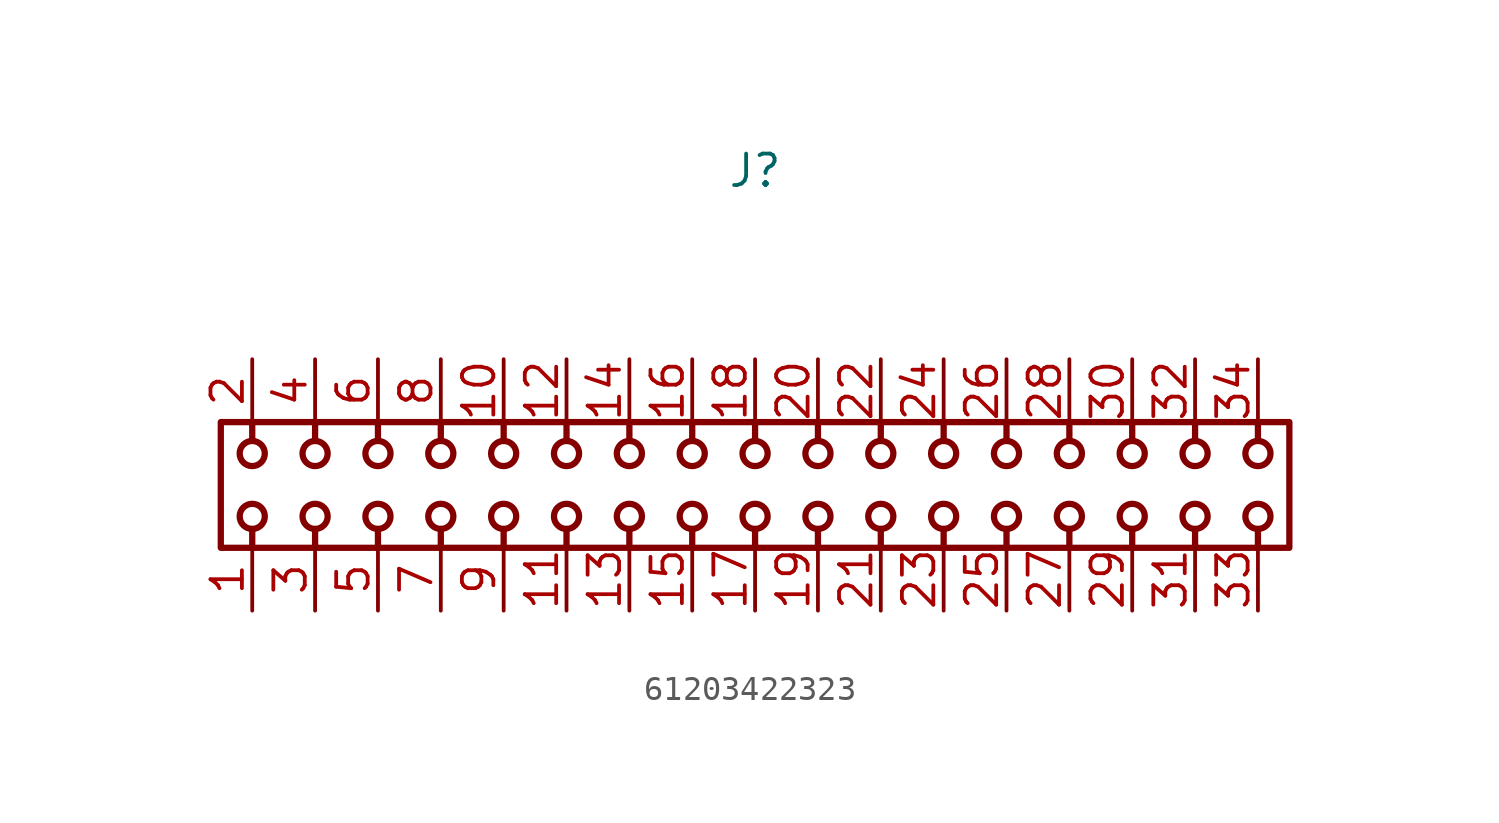
<source format=kicad_sym>
(kicad_symbol_lib
  (version 20241209)
  (generator "kicad_symbol_editor")
  (generator_version "9.0")
  (symbol "61203422323"
    (pin_names
      (hide yes))
    (property "Reference" "J"
      (at 0 12.7 0)
      (effects (font (size 1.27 1.27))))
    (symbol "61203422323_1_1"
      (rectangle (start -21.59 2.54) (end 21.59 -2.54) (stroke (width 0.254) (type solid)) (fill (type none)))
      (polyline (pts (xy -20.32 1.778) (xy -20.32 2.54)) (stroke (width 0.254) (type solid)) (fill (type none)))
      (circle (center -20.32 1.27) (radius 0.508) (stroke (width 0.254) (type solid)) (fill (type none)))
      (circle (center -20.32 -1.27) (radius 0.508) (stroke (width 0.254) (type solid)) (fill (type none)))
      (polyline (pts (xy -20.32 -1.778) (xy -20.32 -2.54)) (stroke (width 0.254) (type solid)) (fill (type none)))
      (polyline (pts (xy -17.78 1.778) (xy -17.78 2.54)) (stroke (width 0.254) (type solid)) (fill (type none)))
      (circle (center -17.78 1.27) (radius 0.508) (stroke (width 0.254) (type solid)) (fill (type none)))
      (circle (center -17.78 -1.27) (radius 0.508) (stroke (width 0.254) (type solid)) (fill (type none)))
      (polyline (pts (xy -17.78 -1.778) (xy -17.78 -2.54)) (stroke (width 0.254) (type solid)) (fill (type none)))
      (polyline (pts (xy -15.24 1.778) (xy -15.24 2.54)) (stroke (width 0.254) (type solid)) (fill (type none)))
      (circle (center -15.24 1.27) (radius 0.508) (stroke (width 0.254) (type solid)) (fill (type none)))
      (circle (center -15.24 -1.27) (radius 0.508) (stroke (width 0.254) (type solid)) (fill (type none)))
      (polyline (pts (xy -15.24 -1.778) (xy -15.24 -2.54)) (stroke (width 0.254) (type solid)) (fill (type none)))
      (polyline (pts (xy -12.7 1.778) (xy -12.7 2.54)) (stroke (width 0.254) (type solid)) (fill (type none)))
      (circle (center -12.7 1.27) (radius 0.508) (stroke (width 0.254) (type solid)) (fill (type none)))
      (circle (center -12.7 -1.27) (radius 0.508) (stroke (width 0.254) (type solid)) (fill (type none)))
      (polyline (pts (xy -12.7 -1.778) (xy -12.7 -2.54)) (stroke (width 0.254) (type solid)) (fill (type none)))
      (polyline (pts (xy -10.16 1.778) (xy -10.16 2.54)) (stroke (width 0.254) (type solid)) (fill (type none)))
      (circle (center -10.16 1.27) (radius 0.508) (stroke (width 0.254) (type solid)) (fill (type none)))
      (circle (center -10.16 -1.27) (radius 0.508) (stroke (width 0.254) (type solid)) (fill (type none)))
      (polyline (pts (xy -10.16 -1.778) (xy -10.16 -2.54)) (stroke (width 0.254) (type solid)) (fill (type none)))
      (polyline (pts (xy -7.62 1.778) (xy -7.62 2.54)) (stroke (width 0.254) (type solid)) (fill (type none)))
      (circle (center -7.62 1.27) (radius 0.508) (stroke (width 0.254) (type solid)) (fill (type none)))
      (circle (center -7.62 -1.27) (radius 0.508) (stroke (width 0.254) (type solid)) (fill (type none)))
      (polyline (pts (xy -7.62 -1.778) (xy -7.62 -2.54)) (stroke (width 0.254) (type solid)) (fill (type none)))
      (polyline (pts (xy -5.08 1.778) (xy -5.08 2.54)) (stroke (width 0.254) (type solid)) (fill (type none)))
      (circle (center -5.08 1.27) (radius 0.508) (stroke (width 0.254) (type solid)) (fill (type none)))
      (circle (center -5.08 -1.27) (radius 0.508) (stroke (width 0.254) (type solid)) (fill (type none)))
      (polyline (pts (xy -5.08 -1.778) (xy -5.08 -2.54)) (stroke (width 0.254) (type solid)) (fill (type none)))
      (polyline (pts (xy -2.54 1.778) (xy -2.54 2.54)) (stroke (width 0.254) (type solid)) (fill (type none)))
      (circle (center -2.54 1.27) (radius 0.508) (stroke (width 0.254) (type solid)) (fill (type none)))
      (circle (center -2.54 -1.27) (radius 0.508) (stroke (width 0.254) (type solid)) (fill (type none)))
      (polyline (pts (xy -2.54 -1.778) (xy -2.54 -2.54)) (stroke (width 0.254) (type solid)) (fill (type none)))
      (polyline (pts (xy 0 1.778) (xy 0 2.54)) (stroke (width 0.254) (type solid)) (fill (type none)))
      (circle (center 0 1.27) (radius 0.508) (stroke (width 0.254) (type solid)) (fill (type none)))
      (circle (center 0 -1.27) (radius 0.508) (stroke (width 0.254) (type solid)) (fill (type none)))
      (polyline (pts (xy 0 -1.778) (xy 0 -2.54)) (stroke (width 0.254) (type solid)) (fill (type none)))
      (polyline (pts (xy 2.54 1.778) (xy 2.54 2.54)) (stroke (width 0.254) (type solid)) (fill (type none)))
      (circle (center 2.54 1.27) (radius 0.508) (stroke (width 0.254) (type solid)) (fill (type none)))
      (circle (center 2.54 -1.27) (radius 0.508) (stroke (width 0.254) (type solid)) (fill (type none)))
      (polyline (pts (xy 2.54 -1.778) (xy 2.54 -2.54)) (stroke (width 0.254) (type solid)) (fill (type none)))
      (polyline (pts (xy 5.08 1.778) (xy 5.08 2.54)) (stroke (width 0.254) (type solid)) (fill (type none)))
      (circle (center 5.08 1.27) (radius 0.508) (stroke (width 0.254) (type solid)) (fill (type none)))
      (circle (center 5.08 -1.27) (radius 0.508) (stroke (width 0.254) (type solid)) (fill (type none)))
      (polyline (pts (xy 5.08 -1.778) (xy 5.08 -2.54)) (stroke (width 0.254) (type solid)) (fill (type none)))
      (polyline (pts (xy 7.62 1.778) (xy 7.62 2.54)) (stroke (width 0.254) (type solid)) (fill (type none)))
      (circle (center 7.62 1.27) (radius 0.508) (stroke (width 0.254) (type solid)) (fill (type none)))
      (circle (center 7.62 -1.27) (radius 0.508) (stroke (width 0.254) (type solid)) (fill (type none)))
      (polyline (pts (xy 7.62 -1.778) (xy 7.62 -2.54)) (stroke (width 0.254) (type solid)) (fill (type none)))
      (polyline (pts (xy 10.16 1.778) (xy 10.16 2.54)) (stroke (width 0.254) (type solid)) (fill (type none)))
      (circle (center 10.16 1.27) (radius 0.508) (stroke (width 0.254) (type solid)) (fill (type none)))
      (circle (center 10.16 -1.27) (radius 0.508) (stroke (width 0.254) (type solid)) (fill (type none)))
      (polyline (pts (xy 10.16 -1.778) (xy 10.16 -2.54)) (stroke (width 0.254) (type solid)) (fill (type none)))
      (polyline (pts (xy 12.7 1.778) (xy 12.7 2.54)) (stroke (width 0.254) (type solid)) (fill (type none)))
      (circle (center 12.7 1.27) (radius 0.508) (stroke (width 0.254) (type solid)) (fill (type none)))
      (circle (center 12.7 -1.27) (radius 0.508) (stroke (width 0.254) (type solid)) (fill (type none)))
      (polyline (pts (xy 12.7 -1.778) (xy 12.7 -2.54)) (stroke (width 0.254) (type solid)) (fill (type none)))
      (polyline (pts (xy 15.24 1.778) (xy 15.24 2.54)) (stroke (width 0.254) (type solid)) (fill (type none)))
      (circle (center 15.24 1.27) (radius 0.508) (stroke (width 0.254) (type solid)) (fill (type none)))
      (circle (center 15.24 -1.27) (radius 0.508) (stroke (width 0.254) (type solid)) (fill (type none)))
      (polyline (pts (xy 15.24 -1.778) (xy 15.24 -2.54)) (stroke (width 0.254) (type solid)) (fill (type none)))
      (polyline (pts (xy 17.78 1.778) (xy 17.78 2.54)) (stroke (width 0.254) (type solid)) (fill (type none)))
      (circle (center 17.78 1.27) (radius 0.508) (stroke (width 0.254) (type solid)) (fill (type none)))
      (circle (center 17.78 -1.27) (radius 0.508) (stroke (width 0.254) (type solid)) (fill (type none)))
      (polyline (pts (xy 17.78 -1.778) (xy 17.78 -2.54)) (stroke (width 0.254) (type solid)) (fill (type none)))
      (polyline (pts (xy 20.32 1.778) (xy 20.32 2.54)) (stroke (width 0.254) (type solid)) (fill (type none)))
      (circle (center 20.32 1.27) (radius 0.508) (stroke (width 0.254) (type solid)) (fill (type none)))
      (circle (center 20.32 -1.27) (radius 0.508) (stroke (width 0.254) (type solid)) (fill (type none)))
      (polyline (pts (xy 20.32 -1.778) (xy 20.32 -2.54)) (stroke (width 0.254) (type solid)) (fill (type none)))
      (pin passive line (at -20.32 5.08 270) (length 2.54) (name "2" (effects (font (size 1.27 1.27)))) (number "2" (effects (font (size 1.27 1.27)))))
      (pin passive line (at -20.32 -5.08 90) (length 2.54) (name "1" (effects (font (size 1.27 1.27)))) (number "1" (effects (font (size 1.27 1.27)))))
      (pin passive line (at -17.78 5.08 270) (length 2.54) (name "4" (effects (font (size 1.27 1.27)))) (number "4" (effects (font (size 1.27 1.27)))))
      (pin passive line (at -17.78 -5.08 90) (length 2.54) (name "3" (effects (font (size 1.27 1.27)))) (number "3" (effects (font (size 1.27 1.27)))))
      (pin passive line (at -15.24 5.08 270) (length 2.54) (name "6" (effects (font (size 1.27 1.27)))) (number "6" (effects (font (size 1.27 1.27)))))
      (pin passive line (at -15.24 -5.08 90) (length 2.54) (name "5" (effects (font (size 1.27 1.27)))) (number "5" (effects (font (size 1.27 1.27)))))
      (pin passive line (at -12.7 5.08 270) (length 2.54) (name "8" (effects (font (size 1.27 1.27)))) (number "8" (effects (font (size 1.27 1.27)))))
      (pin passive line (at -12.7 -5.08 90) (length 2.54) (name "7" (effects (font (size 1.27 1.27)))) (number "7" (effects (font (size 1.27 1.27)))))
      (pin passive line (at -10.16 5.08 270) (length 2.54) (name "10" (effects (font (size 1.27 1.27)))) (number "10" (effects (font (size 1.27 1.27)))))
      (pin passive line (at -10.16 -5.08 90) (length 2.54) (name "9" (effects (font (size 1.27 1.27)))) (number "9" (effects (font (size 1.27 1.27)))))
      (pin passive line (at -7.62 5.08 270) (length 2.54) (name "12" (effects (font (size 1.27 1.27)))) (number "12" (effects (font (size 1.27 1.27)))))
      (pin passive line (at -7.62 -5.08 90) (length 2.54) (name "11" (effects (font (size 1.27 1.27)))) (number "11" (effects (font (size 1.27 1.27)))))
      (pin passive line (at -5.08 5.08 270) (length 2.54) (name "14" (effects (font (size 1.27 1.27)))) (number "14" (effects (font (size 1.27 1.27)))))
      (pin passive line (at -5.08 -5.08 90) (length 2.54) (name "13" (effects (font (size 1.27 1.27)))) (number "13" (effects (font (size 1.27 1.27)))))
      (pin passive line (at -2.54 5.08 270) (length 2.54) (name "16" (effects (font (size 1.27 1.27)))) (number "16" (effects (font (size 1.27 1.27)))))
      (pin passive line (at -2.54 -5.08 90) (length 2.54) (name "15" (effects (font (size 1.27 1.27)))) (number "15" (effects (font (size 1.27 1.27)))))
      (pin passive line (at 0 5.08 270) (length 2.54) (name "18" (effects (font (size 1.27 1.27)))) (number "18" (effects (font (size 1.27 1.27)))))
      (pin passive line (at 0 -5.08 90) (length 2.54) (name "17" (effects (font (size 1.27 1.27)))) (number "17" (effects (font (size 1.27 1.27)))))
      (pin passive line (at 2.54 5.08 270) (length 2.54) (name "20" (effects (font (size 1.27 1.27)))) (number "20" (effects (font (size 1.27 1.27)))))
      (pin passive line (at 2.54 -5.08 90) (length 2.54) (name "19" (effects (font (size 1.27 1.27)))) (number "19" (effects (font (size 1.27 1.27)))))
      (pin passive line (at 5.08 5.08 270) (length 2.54) (name "22" (effects (font (size 1.27 1.27)))) (number "22" (effects (font (size 1.27 1.27)))))
      (pin passive line (at 5.08 -5.08 90) (length 2.54) (name "21" (effects (font (size 1.27 1.27)))) (number "21" (effects (font (size 1.27 1.27)))))
      (pin passive line (at 7.62 5.08 270) (length 2.54) (name "24" (effects (font (size 1.27 1.27)))) (number "24" (effects (font (size 1.27 1.27)))))
      (pin passive line (at 7.62 -5.08 90) (length 2.54) (name "23" (effects (font (size 1.27 1.27)))) (number "23" (effects (font (size 1.27 1.27)))))
      (pin passive line (at 10.16 5.08 270) (length 2.54) (name "26" (effects (font (size 1.27 1.27)))) (number "26" (effects (font (size 1.27 1.27)))))
      (pin passive line (at 10.16 -5.08 90) (length 2.54) (name "25" (effects (font (size 1.27 1.27)))) (number "25" (effects (font (size 1.27 1.27)))))
      (pin passive line (at 12.7 5.08 270) (length 2.54) (name "28" (effects (font (size 1.27 1.27)))) (number "28" (effects (font (size 1.27 1.27)))))
      (pin passive line (at 12.7 -5.08 90) (length 2.54) (name "27" (effects (font (size 1.27 1.27)))) (number "27" (effects (font (size 1.27 1.27)))))
      (pin passive line (at 15.24 5.08 270) (length 2.54) (name "30" (effects (font (size 1.27 1.27)))) (number "30" (effects (font (size 1.27 1.27)))))
      (pin passive line (at 15.24 -5.08 90) (length 2.54) (name "29" (effects (font (size 1.27 1.27)))) (number "29" (effects (font (size 1.27 1.27)))))
      (pin passive line (at 17.78 5.08 270) (length 2.54) (name "32" (effects (font (size 1.27 1.27)))) (number "32" (effects (font (size 1.27 1.27)))))
      (pin passive line (at 17.78 -5.08 90) (length 2.54) (name "31" (effects (font (size 1.27 1.27)))) (number "31" (effects (font (size 1.27 1.27)))))
      (pin passive line (at 20.32 5.08 270) (length 2.54) (name "34" (effects (font (size 1.27 1.27)))) (number "34" (effects (font (size 1.27 1.27)))))
      (pin passive line (at 20.32 -5.08 90) (length 2.54) (name "33" (effects (font (size 1.27 1.27)))) (number "33" (effects (font (size 1.27 1.27))))))))
</source>
